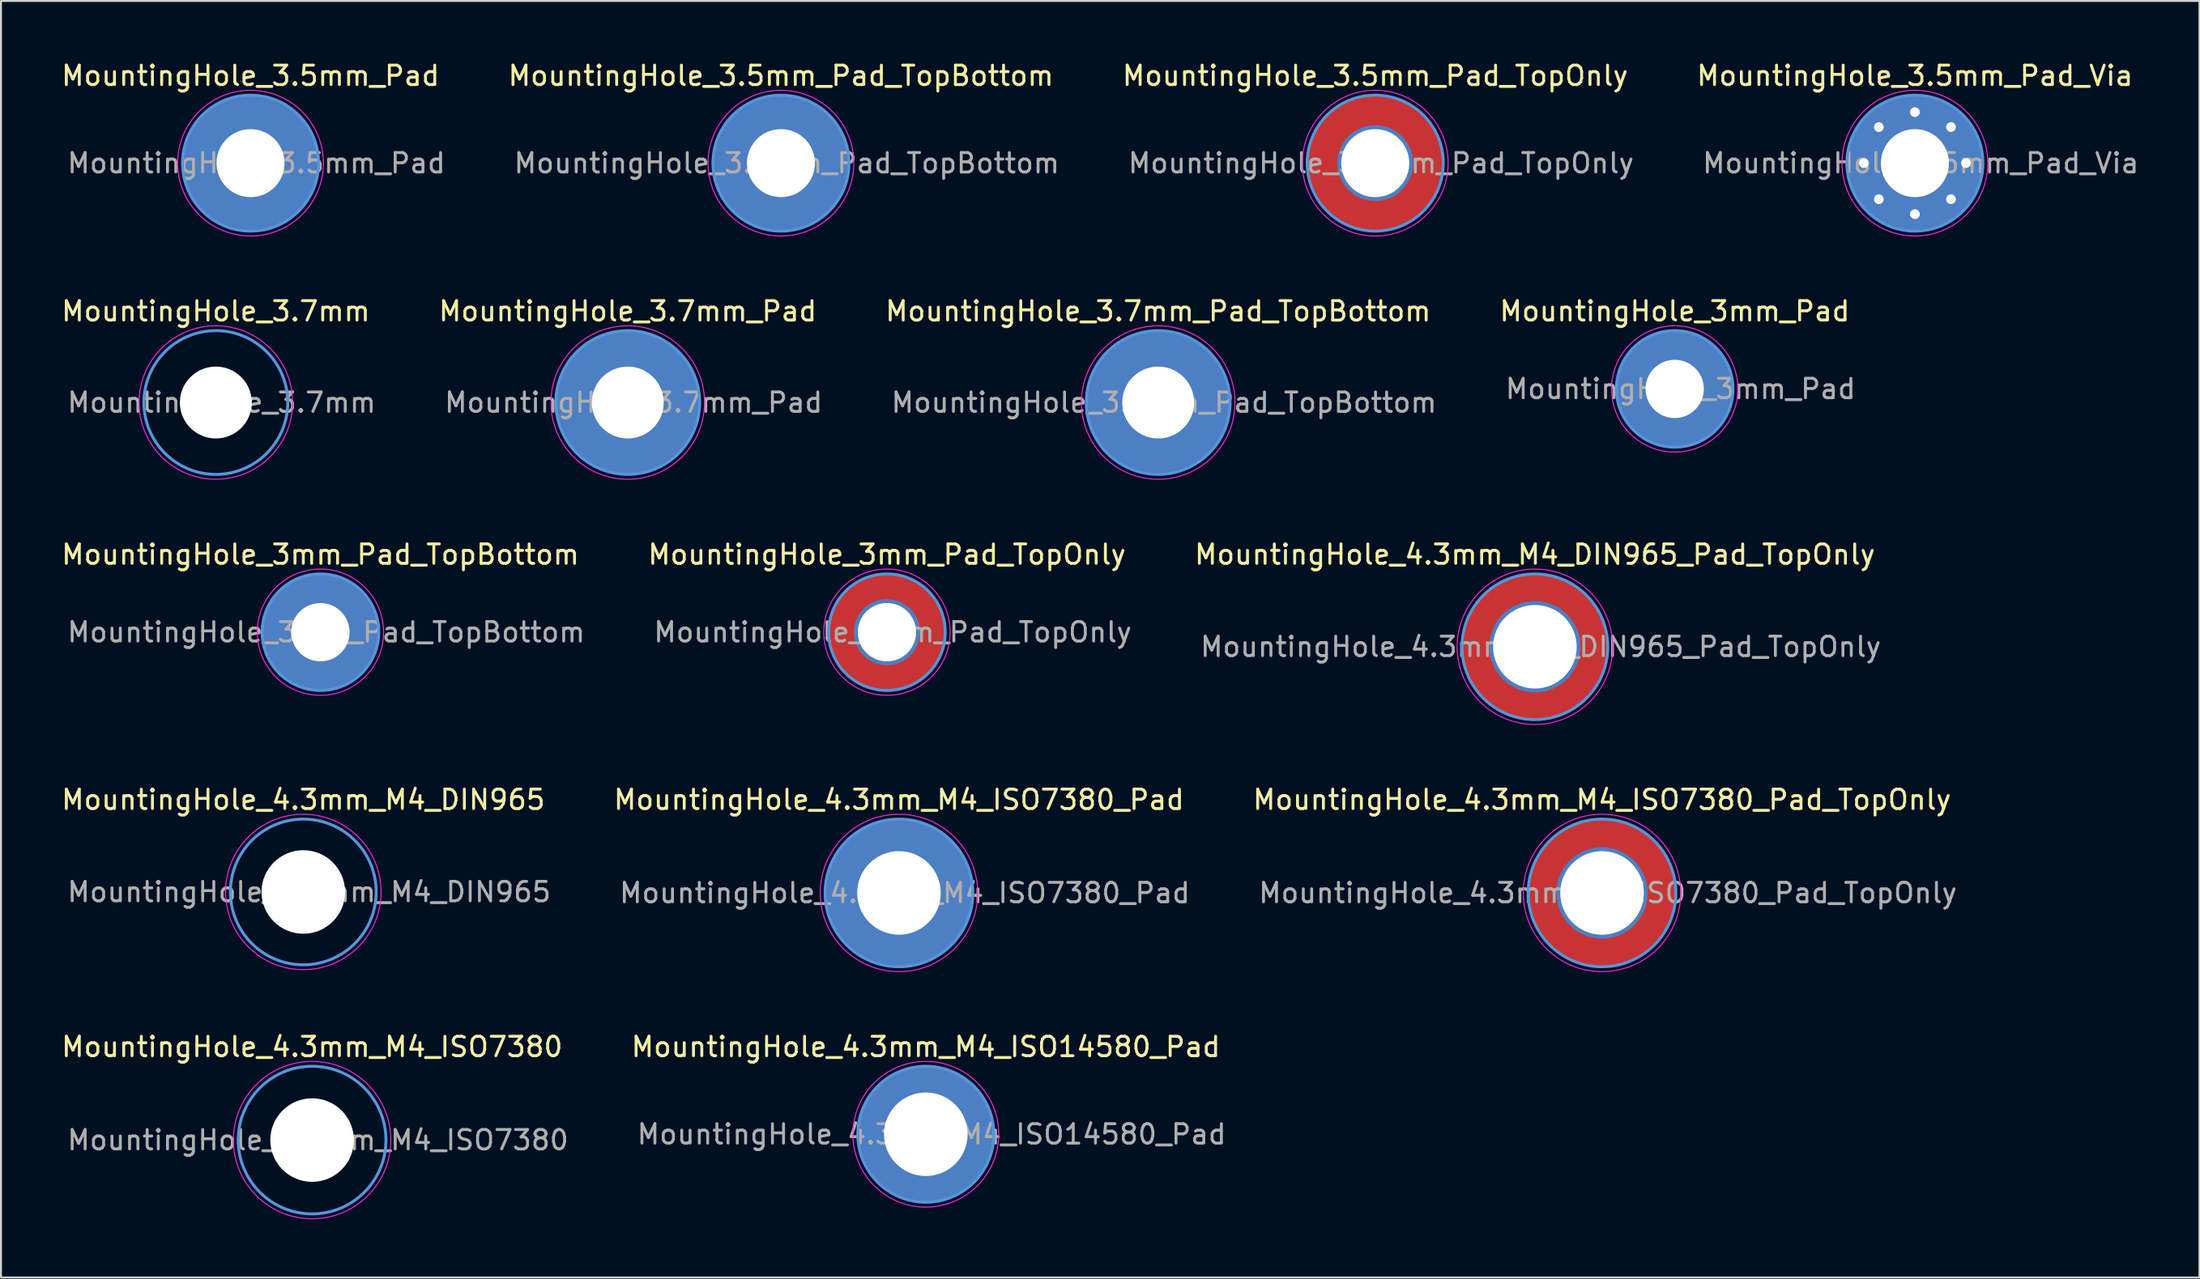
<source format=kicad_pcb>
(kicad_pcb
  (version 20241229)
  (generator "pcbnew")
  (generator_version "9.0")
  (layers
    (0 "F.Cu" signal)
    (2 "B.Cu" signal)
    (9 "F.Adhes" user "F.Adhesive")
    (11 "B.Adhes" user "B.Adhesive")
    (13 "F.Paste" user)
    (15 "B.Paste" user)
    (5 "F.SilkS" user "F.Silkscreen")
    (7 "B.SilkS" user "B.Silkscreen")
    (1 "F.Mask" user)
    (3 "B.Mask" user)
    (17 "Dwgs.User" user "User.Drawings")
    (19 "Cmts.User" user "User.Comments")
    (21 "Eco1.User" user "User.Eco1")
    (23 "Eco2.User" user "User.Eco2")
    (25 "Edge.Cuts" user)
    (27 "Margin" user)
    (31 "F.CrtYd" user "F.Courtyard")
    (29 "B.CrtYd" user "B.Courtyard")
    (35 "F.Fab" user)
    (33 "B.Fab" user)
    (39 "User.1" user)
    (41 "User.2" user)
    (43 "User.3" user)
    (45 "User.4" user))
  (footprint "MountingHole_4.3mm_M4_ISO7380"
    (layer "F.Cu")
    (at 13.006 55.641)
    (property "Reference" "MountingHole_4.3mm_M4_ISO7380" (at 0 -4.8 0) (layer "F.SilkS") (effects (font (size 1 1) (thickness 0.15))))
    (attr exclude_from_pos_files exclude_from_bom)
    (fp_circle (center 0 0) (end 3.8 0) (stroke (width 0.15) (type solid)) (fill no) (layer "Cmts.User"))
    (fp_circle (center 0 0) (end 4.05 0) (stroke (width 0.05) (type solid)) (fill no) (layer "F.CrtYd"))
    (fp_text user "${REFERENCE}" (at 0.3 0 0) (layer "F.Fab") (effects (font (size 1 1) (thickness 0.15))))
    (pad "" np_thru_hole circle (at 0 0) (size 4.3 4.3) (drill 4.3) (layers "*.Cu" "*.Mask")))
  (footprint "MountingHole_3mm_Pad_TopBottom"
    (layer "F.Cu")
    (at 13.435 29.495)
    (property "Reference" "MountingHole_3mm_Pad_TopBottom" (at 0 -4 0) (layer "F.SilkS") (effects (font (size 1 1) (thickness 0.15))))
    (attr exclude_from_pos_files exclude_from_bom)
    (fp_circle (center 0 0) (end 3 0) (stroke (width 0.15) (type solid)) (fill no) (layer "Cmts.User"))
    (fp_circle (center 0 0) (end 3.25 0) (stroke (width 0.05) (type solid)) (fill no) (layer "F.CrtYd"))
    (fp_text user "${REFERENCE}" (at 0.3 0 0) (layer "F.Fab") (effects (font (size 1 1) (thickness 0.15))))
    (pad "1" thru_hole circle (at 0 0) (size 3.4 3.4) (drill 3) (layers "*.Cu" "*.Mask"))
    (pad "1" connect circle (at 0 0) (size 6 6) (layers "F.Cu" "F.Mask"))
    (pad "1" connect circle (at 0 0) (size 6 6) (layers "B.Cu" "B.Mask")))
  (footprint "MountingHole_3mm_Pad_TopOnly"
    (layer "F.Cu")
    (at 42.58 29.495)
    (property "Reference" "MountingHole_3mm_Pad_TopOnly" (at 0 -4 0) (layer "F.SilkS") (effects (font (size 1 1) (thickness 0.15))))
    (attr exclude_from_pos_files exclude_from_bom)
    (fp_circle (center 0 0) (end 3 0) (stroke (width 0.15) (type solid)) (fill no) (layer "Cmts.User"))
    (fp_circle (center 0 0) (end 3.25 0) (stroke (width 0.05) (type solid)) (fill no) (layer "F.CrtYd"))
    (fp_text user "${REFERENCE}" (at 0.3 0 0) (layer "F.Fab") (effects (font (size 1 1) (thickness 0.15))))
    (pad "1" thru_hole circle (at 0 0) (size 3.4 3.4) (drill 3) (layers "*.Cu" "*.Mask"))
    (pad "1" connect circle (at 0 0) (size 6 6) (layers "F.Cu" "F.Mask")))
  (footprint "MountingHole_4.3mm_M4_ISO7380_Pad"
    (layer "F.Cu")
    (at 43.199 42.918)
    (property "Reference" "MountingHole_4.3mm_M4_ISO7380_Pad" (at 0 -4.8 0) (layer "F.SilkS") (effects (font (size 1 1) (thickness 0.15))))
    (attr exclude_from_pos_files exclude_from_bom)
    (fp_circle (center 0 0) (end 3.8 0) (stroke (width 0.15) (type solid)) (fill no) (layer "Cmts.User"))
    (fp_circle (center 0 0) (end 4.05 0) (stroke (width 0.05) (type solid)) (fill no) (layer "F.CrtYd"))
    (fp_text user "${REFERENCE}" (at 0.3 0 0) (layer "F.Fab") (effects (font (size 1 1) (thickness 0.15))))
    (pad "1" thru_hole circle (at 0 0) (size 7.6 7.6) (drill 4.3) (layers "*.Cu" "*.Mask")))
  (footprint "MountingHole_3.5mm_Pad_TopOnly"
    (layer "F.Cu")
    (at 67.701 5.348)
    (property "Reference" "MountingHole_3.5mm_Pad_TopOnly" (at 0 -4.5 0) (layer "F.SilkS") (effects (font (size 1 1) (thickness 0.15))))
    (attr exclude_from_pos_files exclude_from_bom)
    (fp_circle (center 0 0) (end 3.5 0) (stroke (width 0.15) (type solid)) (fill no) (layer "Cmts.User"))
    (fp_circle (center 0 0) (end 3.75 0) (stroke (width 0.05) (type solid)) (fill no) (layer "F.CrtYd"))
    (fp_text user "${REFERENCE}" (at 0.3 0 0) (layer "F.Fab") (effects (font (size 1 1) (thickness 0.15))))
    (pad "1" thru_hole circle (at 0 0) (size 3.9 3.9) (drill 3.5) (layers "*.Cu" "*.Mask"))
    (pad "1" connect circle (at 0 0) (size 7 7) (layers "F.Cu" "F.Mask")))
  (footprint "MountingHole_3.7mm_Pad"
    (layer "F.Cu")
    (at 29.246 17.672)
    (property "Reference" "MountingHole_3.7mm_Pad" (at 0 -4.7 0) (layer "F.SilkS") (effects (font (size 1 1) (thickness 0.15))))
    (attr exclude_from_pos_files exclude_from_bom)
    (fp_circle (center 0 0) (end 3.7 0) (stroke (width 0.15) (type solid)) (fill no) (layer "Cmts.User"))
    (fp_circle (center 0 0) (end 3.95 0) (stroke (width 0.05) (type solid)) (fill no) (layer "F.CrtYd"))
    (fp_text user "${REFERENCE}" (at 0.3 0 0) (layer "F.Fab") (effects (font (size 1 1) (thickness 0.15))))
    (pad "1" thru_hole circle (at 0 0) (size 7.4 7.4) (drill 3.7) (layers "*.Cu" "*.Mask")))
  (footprint "MountingHole_4.3mm_M4_ISO14580_Pad"
    (layer "F.Cu")
    (at 44.58 55.341)
    (property "Reference" "MountingHole_4.3mm_M4_ISO14580_Pad" (at 0 -4.5 0) (layer "F.SilkS") (effects (font (size 1 1) (thickness 0.15))))
    (attr exclude_from_pos_files exclude_from_bom)
    (fp_circle (center 0 0) (end 3.5 0) (stroke (width 0.15) (type solid)) (fill no) (layer "Cmts.User"))
    (fp_circle (center 0 0) (end 3.75 0) (stroke (width 0.05) (type solid)) (fill no) (layer "F.CrtYd"))
    (fp_text user "${REFERENCE}" (at 0.3 0 0) (layer "F.Fab") (effects (font (size 1 1) (thickness 0.15))))
    (pad "1" thru_hole circle (at 0 0) (size 7 7) (drill 4.3) (layers "*.Cu" "*.Mask")))
  (footprint "MountingHole_3.7mm"
    (layer "F.Cu")
    (at 8.054 17.672)
    (property "Reference" "MountingHole_3.7mm" (at 0 -4.7 0) (layer "F.SilkS") (effects (font (size 1 1) (thickness 0.15))))
    (attr exclude_from_pos_files exclude_from_bom)
    (fp_circle (center 0 0) (end 3.7 0) (stroke (width 0.15) (type solid)) (fill no) (layer "Cmts.User"))
    (fp_circle (center 0 0) (end 3.95 0) (stroke (width 0.05) (type solid)) (fill no) (layer "F.CrtYd"))
    (fp_text user "${REFERENCE}" (at 0.3 0 0) (layer "F.Fab") (effects (font (size 1 1) (thickness 0.15))))
    (pad "" np_thru_hole circle (at 0 0) (size 3.7 3.7) (drill 3.7) (layers "*.Cu" "*.Mask")))
  (footprint "MountingHole_3.5mm_Pad"
    (layer "F.Cu")
    (at 9.839 5.348)
    (property "Reference" "MountingHole_3.5mm_Pad" (at 0 -4.5 0) (layer "F.SilkS") (effects (font (size 1 1) (thickness 0.15))))
    (attr exclude_from_pos_files exclude_from_bom)
    (fp_circle (center 0 0) (end 3.5 0) (stroke (width 0.15) (type solid)) (fill no) (layer "Cmts.User"))
    (fp_circle (center 0 0) (end 3.75 0) (stroke (width 0.05) (type solid)) (fill no) (layer "F.CrtYd"))
    (fp_text user "${REFERENCE}" (at 0.3 0 0) (layer "F.Fab") (effects (font (size 1 1) (thickness 0.15))))
    (pad "1" thru_hole circle (at 0 0) (size 7 7) (drill 3.5) (layers "*.Cu" "*.Mask")))
  (footprint "MountingHole_4.3mm_M4_DIN965_Pad_TopOnly"
    (layer "F.Cu")
    (at 75.915 30.245)
    (property "Reference" "MountingHole_4.3mm_M4_DIN965_Pad_TopOnly" (at 0 -4.75 0) (layer "F.SilkS") (effects (font (size 1 1) (thickness 0.15))))
    (attr exclude_from_pos_files exclude_from_bom)
    (fp_circle (center 0 0) (end 3.75 0) (stroke (width 0.15) (type solid)) (fill no) (layer "Cmts.User"))
    (fp_circle (center 0 0) (end 4 0) (stroke (width 0.05) (type solid)) (fill no) (layer "F.CrtYd"))
    (fp_text user "${REFERENCE}" (at 0.3 0 0) (layer "F.Fab") (effects (font (size 1 1) (thickness 0.15))))
    (pad "1" thru_hole circle (at 0 0) (size 4.7 4.7) (drill 4.3) (layers "*.Cu" "*.Mask"))
    (pad "1" connect circle (at 0 0) (size 7.5 7.5) (layers "F.Cu" "F.Mask")))
  (footprint "MountingHole_3.5mm_Pad_Via"
    (layer "F.Cu")
    (at 95.465 5.348)
    (property "Reference" "MountingHole_3.5mm_Pad_Via" (at 0 -4.5 0) (layer "F.SilkS") (effects (font (size 1 1) (thickness 0.15))))
    (attr exclude_from_pos_files exclude_from_bom)
    (fp_circle (center 0 0) (end 3.5 0) (stroke (width 0.15) (type solid)) (fill no) (layer "Cmts.User"))
    (fp_circle (center 0 0) (end 3.75 0) (stroke (width 0.05) (type solid)) (fill no) (layer "F.CrtYd"))
    (fp_text user "${REFERENCE}" (at 0.3 0 0) (layer "F.Fab") (effects (font (size 1 1) (thickness 0.15))))
    (pad "" thru_hole circle (at -2.625 0) (size 0.8 0.8) (drill 0.5) (layers "*.Cu" "*.Mask"))
    (pad "" thru_hole circle (at -1.856 -1.856) (size 0.8 0.8) (drill 0.5) (layers "*.Cu" "*.Mask"))
    (pad "" thru_hole circle (at -1.856 1.856) (size 0.8 0.8) (drill 0.5) (layers "*.Cu" "*.Mask"))
    (pad "" thru_hole circle (at 0 -2.625) (size 0.8 0.8) (drill 0.5) (layers "*.Cu" "*.Mask"))
    (pad "" thru_hole circle (at 0 2.625) (size 0.8 0.8) (drill 0.5) (layers "*.Cu" "*.Mask"))
    (pad "" thru_hole circle (at 1.856 -1.856) (size 0.8 0.8) (drill 0.5) (layers "*.Cu" "*.Mask"))
    (pad "" thru_hole circle (at 1.856 1.856) (size 0.8 0.8) (drill 0.5) (layers "*.Cu" "*.Mask"))
    (pad "" thru_hole circle (at 2.625 0) (size 0.8 0.8) (drill 0.5) (layers "*.Cu" "*.Mask"))
    (pad "1" thru_hole circle (at 0 0) (size 7 7) (drill 3.5) (layers "*.Cu" "*.Mask")))
  (footprint "MountingHole_3.7mm_Pad_TopBottom"
    (layer "F.Cu")
    (at 56.535 17.672)
    (property "Reference" "MountingHole_3.7mm_Pad_TopBottom" (at 0 -4.7 0) (layer "F.SilkS") (effects (font (size 1 1) (thickness 0.15))))
    (attr exclude_from_pos_files exclude_from_bom)
    (fp_circle (center 0 0) (end 3.7 0) (stroke (width 0.15) (type solid)) (fill no) (layer "Cmts.User"))
    (fp_circle (center 0 0) (end 3.95 0) (stroke (width 0.05) (type solid)) (fill no) (layer "F.CrtYd"))
    (fp_text user "${REFERENCE}" (at 0.3 0 0) (layer "F.Fab") (effects (font (size 1 1) (thickness 0.15))))
    (pad "1" thru_hole circle (at 0 0) (size 4.1 4.1) (drill 3.7) (layers "*.Cu" "*.Mask"))
    (pad "1" connect circle (at 0 0) (size 7.4 7.4) (layers "F.Cu" "F.Mask"))
    (pad "1" connect circle (at 0 0) (size 7.4 7.4) (layers "B.Cu" "B.Mask")))
  (footprint "MountingHole_3.5mm_Pad_TopBottom"
    (layer "F.Cu")
    (at 37.127 5.348)
    (property "Reference" "MountingHole_3.5mm_Pad_TopBottom" (at 0 -4.5 0) (layer "F.SilkS") (effects (font (size 1 1) (thickness 0.15))))
    (attr exclude_from_pos_files exclude_from_bom)
    (fp_circle (center 0 0) (end 3.5 0) (stroke (width 0.15) (type solid)) (fill no) (layer "Cmts.User"))
    (fp_circle (center 0 0) (end 3.75 0) (stroke (width 0.05) (type solid)) (fill no) (layer "F.CrtYd"))
    (fp_text user "${REFERENCE}" (at 0.3 0 0) (layer "F.Fab") (effects (font (size 1 1) (thickness 0.15))))
    (pad "1" thru_hole circle (at 0 0) (size 3.9 3.9) (drill 3.5) (layers "*.Cu" "*.Mask"))
    (pad "1" connect circle (at 0 0) (size 7 7) (layers "F.Cu" "F.Mask"))
    (pad "1" connect circle (at 0 0) (size 7 7) (layers "B.Cu" "B.Mask")))
  (footprint "MountingHole_3mm_Pad"
    (layer "F.Cu")
    (at 83.108 16.971)
    (property "Reference" "MountingHole_3mm_Pad" (at 0 -4 0) (layer "F.SilkS") (effects (font (size 1 1) (thickness 0.15))))
    (attr exclude_from_pos_files exclude_from_bom)
    (fp_circle (center 0 0) (end 3 0) (stroke (width 0.15) (type solid)) (fill no) (layer "Cmts.User"))
    (fp_circle (center 0 0) (end 3.25 0) (stroke (width 0.05) (type solid)) (fill no) (layer "F.CrtYd"))
    (fp_text user "${REFERENCE}" (at 0.3 0 0) (layer "F.Fab") (effects (font (size 1 1) (thickness 0.15))))
    (pad "1" thru_hole circle (at 0 0) (size 6 6) (drill 3) (layers "*.Cu" "*.Mask")))
  (footprint "MountingHole_4.3mm_M4_ISO7380_Pad_TopOnly"
    (layer "F.Cu")
    (at 79.368 42.918)
    (property "Reference" "MountingHole_4.3mm_M4_ISO7380_Pad_TopOnly" (at 0 -4.8 0) (layer "F.SilkS") (effects (font (size 1 1) (thickness 0.15))))
    (attr exclude_from_pos_files exclude_from_bom)
    (fp_circle (center 0 0) (end 3.8 0) (stroke (width 0.15) (type solid)) (fill no) (layer "Cmts.User"))
    (fp_circle (center 0 0) (end 4.05 0) (stroke (width 0.05) (type solid)) (fill no) (layer "F.CrtYd"))
    (fp_text user "${REFERENCE}" (at 0.3 0 0) (layer "F.Fab") (effects (font (size 1 1) (thickness 0.15))))
    (pad "1" thru_hole circle (at 0 0) (size 4.7 4.7) (drill 4.3) (layers "*.Cu" "*.Mask"))
    (pad "1" connect circle (at 0 0) (size 7.6 7.6) (layers "F.Cu" "F.Mask")))
  (footprint "MountingHole_4.3mm_M4_DIN965"
    (layer "F.Cu")
    (at 12.554 42.868)
    (property "Reference" "MountingHole_4.3mm_M4_DIN965" (at 0 -4.75 0) (layer "F.SilkS") (effects (font (size 1 1) (thickness 0.15))))
    (attr exclude_from_pos_files exclude_from_bom)
    (fp_circle (center 0 0) (end 3.75 0) (stroke (width 0.15) (type solid)) (fill no) (layer "Cmts.User"))
    (fp_circle (center 0 0) (end 4 0) (stroke (width 0.05) (type solid)) (fill no) (layer "F.CrtYd"))
    (fp_text user "${REFERENCE}" (at 0.3 0 0) (layer "F.Fab") (effects (font (size 1 1) (thickness 0.15))))
    (pad "" np_thru_hole circle (at 0 0) (size 4.3 4.3) (drill 4.3) (layers "*.Cu" "*.Mask")))
  (gr_rect
    (start -3 -3)
    (end 110.105 62.716)
    (stroke (width 0.1) (type default))
    (fill no)
    (layer "Edge.Cuts")))
</source>
